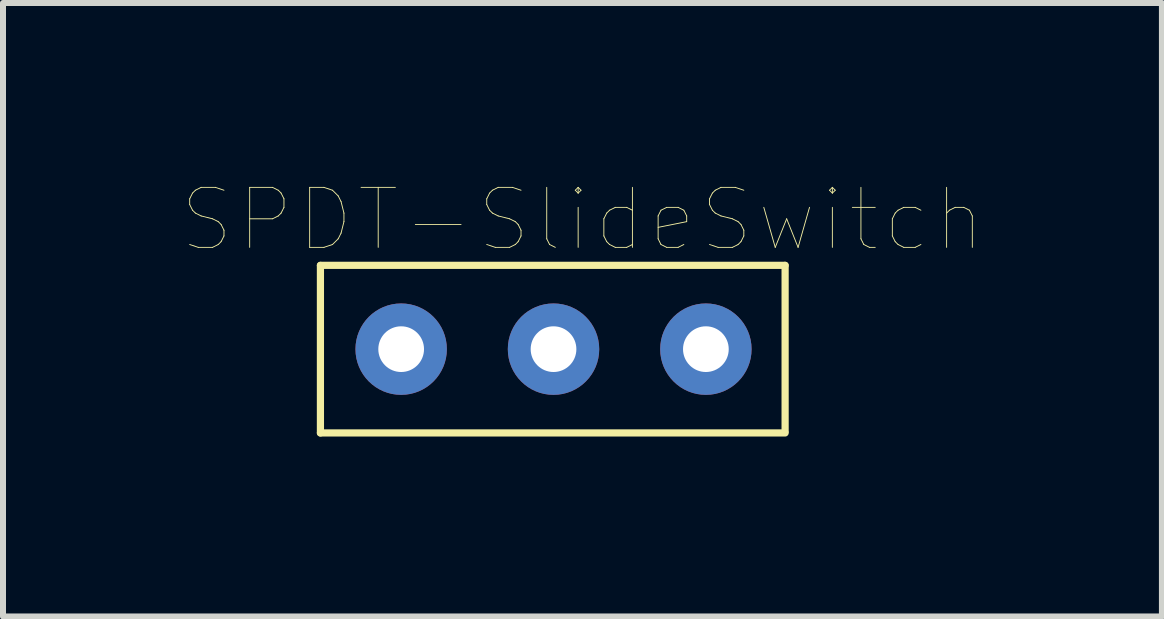
<source format=kicad_pcb>
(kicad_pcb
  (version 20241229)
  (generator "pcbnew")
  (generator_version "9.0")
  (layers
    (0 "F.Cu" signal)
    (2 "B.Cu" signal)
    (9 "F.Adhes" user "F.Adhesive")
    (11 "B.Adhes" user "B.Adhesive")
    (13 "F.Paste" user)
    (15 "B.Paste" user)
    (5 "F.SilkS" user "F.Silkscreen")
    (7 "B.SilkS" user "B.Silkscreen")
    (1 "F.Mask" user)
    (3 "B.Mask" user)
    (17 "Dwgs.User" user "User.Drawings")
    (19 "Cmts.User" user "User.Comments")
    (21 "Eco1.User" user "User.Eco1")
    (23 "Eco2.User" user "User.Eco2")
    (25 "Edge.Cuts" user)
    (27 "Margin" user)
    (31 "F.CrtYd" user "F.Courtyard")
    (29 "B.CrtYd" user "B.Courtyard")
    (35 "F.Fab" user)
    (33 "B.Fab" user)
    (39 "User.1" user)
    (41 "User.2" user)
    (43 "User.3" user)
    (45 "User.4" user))
  (footprint "SPDT-SlideSwitch"
    (layer "F.Cu")
    (at 6.381 3.431)
    (property "Reference" "SPDT-SlideSwitch" (at 0.279 -2.819 0) (layer "F.SilkS") (effects (font (size 1 1) (thickness 0.015))))
    (attr through_hole)
    (fp_line (start -4.089 -2.057) (end 3.658 -2.057) (stroke (width 0.12) (type solid)) (layer "F.SilkS"))
    (fp_line (start -4.089 0.737) (end -4.089 -2.057) (stroke (width 0.12) (type solid)) (layer "F.SilkS"))
    (fp_line (start 3.658 -2.057) (end 3.658 0.711) (stroke (width 0.12) (type solid)) (layer "F.SilkS"))
    (fp_line (start 3.658 0.737) (end -4.089 0.737) (stroke (width 0.12) (type solid)) (layer "F.SilkS"))
    (pad "1" thru_hole circle (at -2.743 -0.66) (size 1.524 1.524) (drill 0.762) (layers "*.Cu" "*.Mask"))
    (pad "2" thru_hole circle (at -0.203 -0.66) (size 1.524 1.524) (drill 0.762) (layers "*.Cu" "*.Mask"))
    (pad "3" thru_hole circle (at 2.337 -0.66) (size 1.524 1.524) (drill 0.762) (layers "*.Cu" "*.Mask")))
  (gr_rect
    (start -3 -3)
    (end 16.321 7.227)
    (stroke (width 0.1) (type default))
    (fill no)
    (layer "Edge.Cuts")))
</source>
